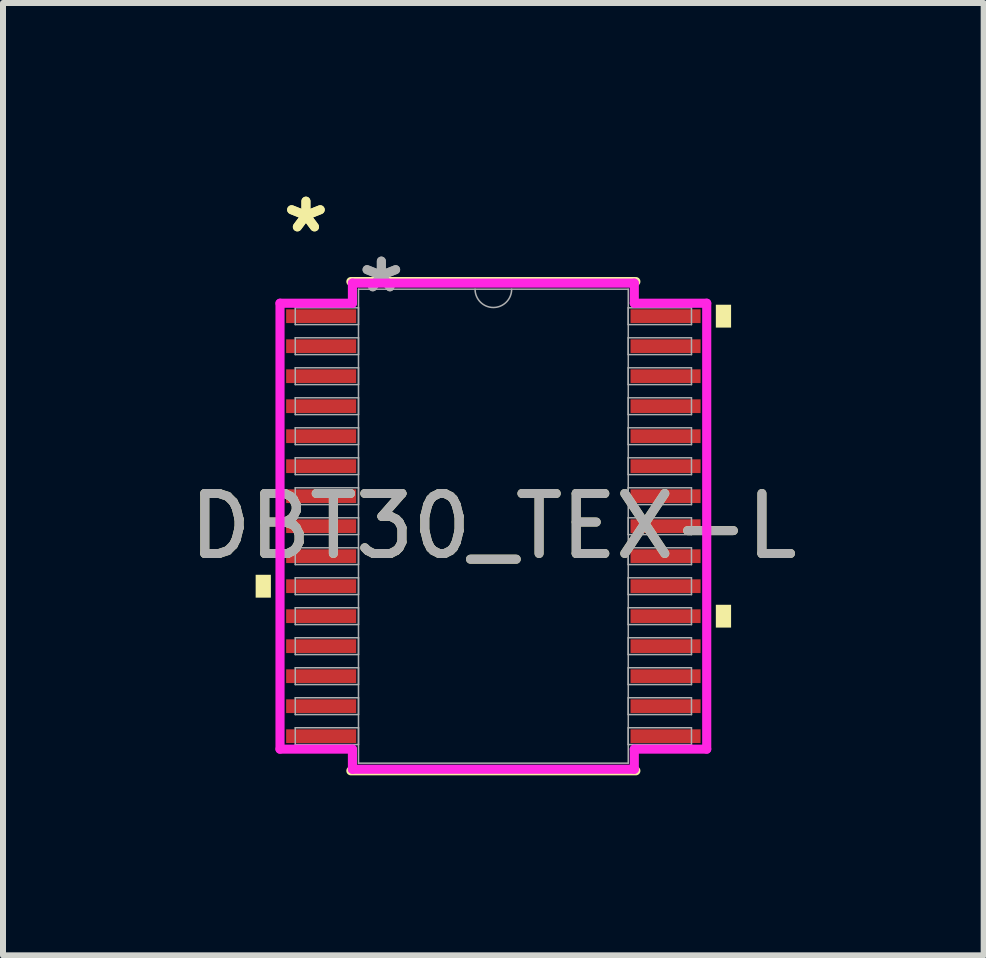
<source format=kicad_pcb>
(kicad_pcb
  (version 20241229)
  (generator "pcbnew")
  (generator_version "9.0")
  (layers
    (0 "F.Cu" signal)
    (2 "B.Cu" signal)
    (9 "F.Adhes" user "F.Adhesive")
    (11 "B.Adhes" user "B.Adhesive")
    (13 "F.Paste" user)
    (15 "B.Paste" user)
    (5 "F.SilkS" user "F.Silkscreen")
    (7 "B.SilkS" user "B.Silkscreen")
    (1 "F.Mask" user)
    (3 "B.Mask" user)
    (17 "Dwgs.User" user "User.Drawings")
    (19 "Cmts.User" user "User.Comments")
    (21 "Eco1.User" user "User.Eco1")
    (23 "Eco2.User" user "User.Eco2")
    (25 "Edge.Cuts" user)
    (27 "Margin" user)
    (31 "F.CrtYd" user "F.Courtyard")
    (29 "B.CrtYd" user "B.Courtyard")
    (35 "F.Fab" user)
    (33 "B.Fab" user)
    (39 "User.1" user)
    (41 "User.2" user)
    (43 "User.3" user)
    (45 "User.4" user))
  (footprint "DBT30_TEX-L"
    (layer "F.Cu")
    (at 5.173 5.72)
    (property "Reference" "DBT30_TEX-L" (at 0 0 0) (unlocked yes) (layer "F.SilkS") (effects (font (size 1 1) (thickness 0.15))))
    (attr smd)
    (fp_line (start -2.375 4.077) (end 2.375 4.077) (stroke (width 0.152) (type solid)) (layer "F.SilkS"))
    (fp_line (start 2.375 -4.077) (end -2.375 -4.077) (stroke (width 0.152) (type solid)) (layer "F.SilkS"))
    (fp_poly (pts (xy -3.962 0.81) (xy -3.962 1.191) (xy -3.708 1.191) (xy -3.708 0.81)) (stroke (width 0) (type solid)) (fill yes) (layer "F.SilkS"))
    (fp_poly (pts (xy 3.962 -3.691) (xy 3.962 -3.31) (xy 3.708 -3.31) (xy 3.708 -3.691)) (stroke (width 0) (type solid)) (fill yes) (layer "F.SilkS"))
    (fp_poly (pts (xy 3.962 1.31) (xy 3.962 1.69) (xy 3.708 1.69) (xy 3.708 1.31)) (stroke (width 0) (type solid)) (fill yes) (layer "F.SilkS"))
    (fp_line (start -3.556 -3.716) (end -2.349 -3.716) (stroke (width 0.152) (type solid)) (layer "F.CrtYd"))
    (fp_line (start -3.556 3.716) (end -3.556 -3.716) (stroke (width 0.152) (type solid)) (layer "F.CrtYd"))
    (fp_line (start -3.556 3.716) (end -2.349 3.716) (stroke (width 0.152) (type solid)) (layer "F.CrtYd"))
    (fp_line (start -2.349 -4.051) (end 2.349 -4.051) (stroke (width 0.152) (type solid)) (layer "F.CrtYd"))
    (fp_line (start -2.349 -3.716) (end -2.349 -4.051) (stroke (width 0.152) (type solid)) (layer "F.CrtYd"))
    (fp_line (start -2.349 4.051) (end -2.349 3.716) (stroke (width 0.152) (type solid)) (layer "F.CrtYd"))
    (fp_line (start 2.349 -4.051) (end 2.349 -3.716) (stroke (width 0.152) (type solid)) (layer "F.CrtYd"))
    (fp_line (start 2.349 3.716) (end 2.349 4.051) (stroke (width 0.152) (type solid)) (layer "F.CrtYd"))
    (fp_line (start 2.349 4.051) (end -2.349 4.051) (stroke (width 0.152) (type solid)) (layer "F.CrtYd"))
    (fp_line (start 3.556 -3.716) (end 2.349 -3.716) (stroke (width 0.152) (type solid)) (layer "F.CrtYd"))
    (fp_line (start 3.556 -3.716) (end 3.556 3.716) (stroke (width 0.152) (type solid)) (layer "F.CrtYd"))
    (fp_line (start 3.556 3.716) (end 2.349 3.716) (stroke (width 0.152) (type solid)) (layer "F.CrtYd"))
    (fp_line (start -3.302 -3.64) (end -3.302 -3.36) (stroke (width 0.025) (type solid)) (layer "F.Fab"))
    (fp_line (start -3.302 -3.36) (end -2.248 -3.36) (stroke (width 0.025) (type solid)) (layer "F.Fab"))
    (fp_line (start -3.302 -3.14) (end -3.302 -2.86) (stroke (width 0.025) (type solid)) (layer "F.Fab"))
    (fp_line (start -3.302 -2.86) (end -2.248 -2.86) (stroke (width 0.025) (type solid)) (layer "F.Fab"))
    (fp_line (start -3.302 -2.64) (end -3.302 -2.36) (stroke (width 0.025) (type solid)) (layer "F.Fab"))
    (fp_line (start -3.302 -2.36) (end -2.248 -2.36) (stroke (width 0.025) (type solid)) (layer "F.Fab"))
    (fp_line (start -3.302 -2.14) (end -3.302 -1.86) (stroke (width 0.025) (type solid)) (layer "F.Fab"))
    (fp_line (start -3.302 -1.86) (end -2.248 -1.86) (stroke (width 0.025) (type solid)) (layer "F.Fab"))
    (fp_line (start -3.302 -1.64) (end -3.302 -1.36) (stroke (width 0.025) (type solid)) (layer "F.Fab"))
    (fp_line (start -3.302 -1.36) (end -2.248 -1.36) (stroke (width 0.025) (type solid)) (layer "F.Fab"))
    (fp_line (start -3.302 -1.14) (end -3.302 -0.86) (stroke (width 0.025) (type solid)) (layer "F.Fab"))
    (fp_line (start -3.302 -0.86) (end -2.248 -0.86) (stroke (width 0.025) (type solid)) (layer "F.Fab"))
    (fp_line (start -3.302 -0.64) (end -3.302 -0.36) (stroke (width 0.025) (type solid)) (layer "F.Fab"))
    (fp_line (start -3.302 -0.36) (end -2.248 -0.36) (stroke (width 0.025) (type solid)) (layer "F.Fab"))
    (fp_line (start -3.302 -0.14) (end -3.302 0.14) (stroke (width 0.025) (type solid)) (layer "F.Fab"))
    (fp_line (start -3.302 0.14) (end -2.248 0.14) (stroke (width 0.025) (type solid)) (layer "F.Fab"))
    (fp_line (start -3.302 0.36) (end -3.302 0.64) (stroke (width 0.025) (type solid)) (layer "F.Fab"))
    (fp_line (start -3.302 0.64) (end -2.248 0.64) (stroke (width 0.025) (type solid)) (layer "F.Fab"))
    (fp_line (start -3.302 0.86) (end -3.302 1.14) (stroke (width 0.025) (type solid)) (layer "F.Fab"))
    (fp_line (start -3.302 1.14) (end -2.248 1.14) (stroke (width 0.025) (type solid)) (layer "F.Fab"))
    (fp_line (start -3.302 1.36) (end -3.302 1.64) (stroke (width 0.025) (type solid)) (layer "F.Fab"))
    (fp_line (start -3.302 1.64) (end -2.248 1.64) (stroke (width 0.025) (type solid)) (layer "F.Fab"))
    (fp_line (start -3.302 1.86) (end -3.302 2.14) (stroke (width 0.025) (type solid)) (layer "F.Fab"))
    (fp_line (start -3.302 2.14) (end -2.248 2.14) (stroke (width 0.025) (type solid)) (layer "F.Fab"))
    (fp_line (start -3.302 2.36) (end -3.302 2.64) (stroke (width 0.025) (type solid)) (layer "F.Fab"))
    (fp_line (start -3.302 2.64) (end -2.248 2.64) (stroke (width 0.025) (type solid)) (layer "F.Fab"))
    (fp_line (start -3.302 2.86) (end -3.302 3.14) (stroke (width 0.025) (type solid)) (layer "F.Fab"))
    (fp_line (start -3.302 3.14) (end -2.248 3.14) (stroke (width 0.025) (type solid)) (layer "F.Fab"))
    (fp_line (start -3.302 3.36) (end -3.302 3.64) (stroke (width 0.025) (type solid)) (layer "F.Fab"))
    (fp_line (start -3.302 3.64) (end -2.248 3.64) (stroke (width 0.025) (type solid)) (layer "F.Fab"))
    (fp_line (start -2.248 -3.95) (end -2.248 3.95) (stroke (width 0.025) (type solid)) (layer "F.Fab"))
    (fp_line (start -2.248 -3.64) (end -3.302 -3.64) (stroke (width 0.025) (type solid)) (layer "F.Fab"))
    (fp_line (start -2.248 -3.36) (end -2.248 -3.64) (stroke (width 0.025) (type solid)) (layer "F.Fab"))
    (fp_line (start -2.248 -3.14) (end -3.302 -3.14) (stroke (width 0.025) (type solid)) (layer "F.Fab"))
    (fp_line (start -2.248 -2.86) (end -2.248 -3.14) (stroke (width 0.025) (type solid)) (layer "F.Fab"))
    (fp_line (start -2.248 -2.64) (end -3.302 -2.64) (stroke (width 0.025) (type solid)) (layer "F.Fab"))
    (fp_line (start -2.248 -2.36) (end -2.248 -2.64) (stroke (width 0.025) (type solid)) (layer "F.Fab"))
    (fp_line (start -2.248 -2.14) (end -3.302 -2.14) (stroke (width 0.025) (type solid)) (layer "F.Fab"))
    (fp_line (start -2.248 -1.86) (end -2.248 -2.14) (stroke (width 0.025) (type solid)) (layer "F.Fab"))
    (fp_line (start -2.248 -1.64) (end -3.302 -1.64) (stroke (width 0.025) (type solid)) (layer "F.Fab"))
    (fp_line (start -2.248 -1.36) (end -2.248 -1.64) (stroke (width 0.025) (type solid)) (layer "F.Fab"))
    (fp_line (start -2.248 -1.14) (end -3.302 -1.14) (stroke (width 0.025) (type solid)) (layer "F.Fab"))
    (fp_line (start -2.248 -0.86) (end -2.248 -1.14) (stroke (width 0.025) (type solid)) (layer "F.Fab"))
    (fp_line (start -2.248 -0.64) (end -3.302 -0.64) (stroke (width 0.025) (type solid)) (layer "F.Fab"))
    (fp_line (start -2.248 -0.36) (end -2.248 -0.64) (stroke (width 0.025) (type solid)) (layer "F.Fab"))
    (fp_line (start -2.248 -0.14) (end -3.302 -0.14) (stroke (width 0.025) (type solid)) (layer "F.Fab"))
    (fp_line (start -2.248 0.14) (end -2.248 -0.14) (stroke (width 0.025) (type solid)) (layer "F.Fab"))
    (fp_line (start -2.248 0.36) (end -3.302 0.36) (stroke (width 0.025) (type solid)) (layer "F.Fab"))
    (fp_line (start -2.248 0.64) (end -2.248 0.36) (stroke (width 0.025) (type solid)) (layer "F.Fab"))
    (fp_line (start -2.248 0.86) (end -3.302 0.86) (stroke (width 0.025) (type solid)) (layer "F.Fab"))
    (fp_line (start -2.248 1.14) (end -2.248 0.86) (stroke (width 0.025) (type solid)) (layer "F.Fab"))
    (fp_line (start -2.248 1.36) (end -3.302 1.36) (stroke (width 0.025) (type solid)) (layer "F.Fab"))
    (fp_line (start -2.248 1.64) (end -2.248 1.36) (stroke (width 0.025) (type solid)) (layer "F.Fab"))
    (fp_line (start -2.248 1.86) (end -3.302 1.86) (stroke (width 0.025) (type solid)) (layer "F.Fab"))
    (fp_line (start -2.248 2.14) (end -2.248 1.86) (stroke (width 0.025) (type solid)) (layer "F.Fab"))
    (fp_line (start -2.248 2.36) (end -3.302 2.36) (stroke (width 0.025) (type solid)) (layer "F.Fab"))
    (fp_line (start -2.248 2.64) (end -2.248 2.36) (stroke (width 0.025) (type solid)) (layer "F.Fab"))
    (fp_line (start -2.248 2.86) (end -3.302 2.86) (stroke (width 0.025) (type solid)) (layer "F.Fab"))
    (fp_line (start -2.248 3.14) (end -2.248 2.86) (stroke (width 0.025) (type solid)) (layer "F.Fab"))
    (fp_line (start -2.248 3.36) (end -3.302 3.36) (stroke (width 0.025) (type solid)) (layer "F.Fab"))
    (fp_line (start -2.248 3.64) (end -2.248 3.36) (stroke (width 0.025) (type solid)) (layer "F.Fab"))
    (fp_line (start -2.248 3.95) (end 2.248 3.95) (stroke (width 0.025) (type solid)) (layer "F.Fab"))
    (fp_line (start 2.248 -3.95) (end -2.248 -3.95) (stroke (width 0.025) (type solid)) (layer "F.Fab"))
    (fp_line (start 2.248 -3.64) (end 2.248 -3.36) (stroke (width 0.025) (type solid)) (layer "F.Fab"))
    (fp_line (start 2.248 -3.36) (end 3.302 -3.36) (stroke (width 0.025) (type solid)) (layer "F.Fab"))
    (fp_line (start 2.248 -3.14) (end 2.248 -2.86) (stroke (width 0.025) (type solid)) (layer "F.Fab"))
    (fp_line (start 2.248 -2.86) (end 3.302 -2.86) (stroke (width 0.025) (type solid)) (layer "F.Fab"))
    (fp_line (start 2.248 -2.64) (end 2.248 -2.36) (stroke (width 0.025) (type solid)) (layer "F.Fab"))
    (fp_line (start 2.248 -2.36) (end 3.302 -2.36) (stroke (width 0.025) (type solid)) (layer "F.Fab"))
    (fp_line (start 2.248 -2.14) (end 2.248 -1.86) (stroke (width 0.025) (type solid)) (layer "F.Fab"))
    (fp_line (start 2.248 -1.86) (end 3.302 -1.86) (stroke (width 0.025) (type solid)) (layer "F.Fab"))
    (fp_line (start 2.248 -1.64) (end 2.248 -1.36) (stroke (width 0.025) (type solid)) (layer "F.Fab"))
    (fp_line (start 2.248 -1.36) (end 3.302 -1.36) (stroke (width 0.025) (type solid)) (layer "F.Fab"))
    (fp_line (start 2.248 -1.14) (end 2.248 -0.86) (stroke (width 0.025) (type solid)) (layer "F.Fab"))
    (fp_line (start 2.248 -0.86) (end 3.302 -0.86) (stroke (width 0.025) (type solid)) (layer "F.Fab"))
    (fp_line (start 2.248 -0.64) (end 2.248 -0.36) (stroke (width 0.025) (type solid)) (layer "F.Fab"))
    (fp_line (start 2.248 -0.36) (end 3.302 -0.36) (stroke (width 0.025) (type solid)) (layer "F.Fab"))
    (fp_line (start 2.248 -0.14) (end 2.248 0.14) (stroke (width 0.025) (type solid)) (layer "F.Fab"))
    (fp_line (start 2.248 0.14) (end 3.302 0.14) (stroke (width 0.025) (type solid)) (layer "F.Fab"))
    (fp_line (start 2.248 0.36) (end 2.248 0.64) (stroke (width 0.025) (type solid)) (layer "F.Fab"))
    (fp_line (start 2.248 0.64) (end 3.302 0.64) (stroke (width 0.025) (type solid)) (layer "F.Fab"))
    (fp_line (start 2.248 0.86) (end 2.248 1.14) (stroke (width 0.025) (type solid)) (layer "F.Fab"))
    (fp_line (start 2.248 1.14) (end 3.302 1.14) (stroke (width 0.025) (type solid)) (layer "F.Fab"))
    (fp_line (start 2.248 1.36) (end 2.248 1.64) (stroke (width 0.025) (type solid)) (layer "F.Fab"))
    (fp_line (start 2.248 1.64) (end 3.302 1.64) (stroke (width 0.025) (type solid)) (layer "F.Fab"))
    (fp_line (start 2.248 1.86) (end 2.248 2.14) (stroke (width 0.025) (type solid)) (layer "F.Fab"))
    (fp_line (start 2.248 2.14) (end 3.302 2.14) (stroke (width 0.025) (type solid)) (layer "F.Fab"))
    (fp_line (start 2.248 2.36) (end 2.248 2.64) (stroke (width 0.025) (type solid)) (layer "F.Fab"))
    (fp_line (start 2.248 2.64) (end 3.302 2.64) (stroke (width 0.025) (type solid)) (layer "F.Fab"))
    (fp_line (start 2.248 2.86) (end 2.248 3.14) (stroke (width 0.025) (type solid)) (layer "F.Fab"))
    (fp_line (start 2.248 3.14) (end 3.302 3.14) (stroke (width 0.025) (type solid)) (layer "F.Fab"))
    (fp_line (start 2.248 3.36) (end 2.248 3.64) (stroke (width 0.025) (type solid)) (layer "F.Fab"))
    (fp_line (start 2.248 3.64) (end 3.302 3.64) (stroke (width 0.025) (type solid)) (layer "F.Fab"))
    (fp_line (start 2.248 3.95) (end 2.248 -3.95) (stroke (width 0.025) (type solid)) (layer "F.Fab"))
    (fp_line (start 3.302 -3.64) (end 2.248 -3.64) (stroke (width 0.025) (type solid)) (layer "F.Fab"))
    (fp_line (start 3.302 -3.36) (end 3.302 -3.64) (stroke (width 0.025) (type solid)) (layer "F.Fab"))
    (fp_line (start 3.302 -3.14) (end 2.248 -3.14) (stroke (width 0.025) (type solid)) (layer "F.Fab"))
    (fp_line (start 3.302 -2.86) (end 3.302 -3.14) (stroke (width 0.025) (type solid)) (layer "F.Fab"))
    (fp_line (start 3.302 -2.64) (end 2.248 -2.64) (stroke (width 0.025) (type solid)) (layer "F.Fab"))
    (fp_line (start 3.302 -2.36) (end 3.302 -2.64) (stroke (width 0.025) (type solid)) (layer "F.Fab"))
    (fp_line (start 3.302 -2.14) (end 2.248 -2.14) (stroke (width 0.025) (type solid)) (layer "F.Fab"))
    (fp_line (start 3.302 -1.86) (end 3.302 -2.14) (stroke (width 0.025) (type solid)) (layer "F.Fab"))
    (fp_line (start 3.302 -1.64) (end 2.248 -1.64) (stroke (width 0.025) (type solid)) (layer "F.Fab"))
    (fp_line (start 3.302 -1.36) (end 3.302 -1.64) (stroke (width 0.025) (type solid)) (layer "F.Fab"))
    (fp_line (start 3.302 -1.14) (end 2.248 -1.14) (stroke (width 0.025) (type solid)) (layer "F.Fab"))
    (fp_line (start 3.302 -0.86) (end 3.302 -1.14) (stroke (width 0.025) (type solid)) (layer "F.Fab"))
    (fp_line (start 3.302 -0.64) (end 2.248 -0.64) (stroke (width 0.025) (type solid)) (layer "F.Fab"))
    (fp_line (start 3.302 -0.36) (end 3.302 -0.64) (stroke (width 0.025) (type solid)) (layer "F.Fab"))
    (fp_line (start 3.302 -0.14) (end 2.248 -0.14) (stroke (width 0.025) (type solid)) (layer "F.Fab"))
    (fp_line (start 3.302 0.14) (end 3.302 -0.14) (stroke (width 0.025) (type solid)) (layer "F.Fab"))
    (fp_line (start 3.302 0.36) (end 2.248 0.36) (stroke (width 0.025) (type solid)) (layer "F.Fab"))
    (fp_line (start 3.302 0.64) (end 3.302 0.36) (stroke (width 0.025) (type solid)) (layer "F.Fab"))
    (fp_line (start 3.302 0.86) (end 2.248 0.86) (stroke (width 0.025) (type solid)) (layer "F.Fab"))
    (fp_line (start 3.302 1.14) (end 3.302 0.86) (stroke (width 0.025) (type solid)) (layer "F.Fab"))
    (fp_line (start 3.302 1.36) (end 2.248 1.36) (stroke (width 0.025) (type solid)) (layer "F.Fab"))
    (fp_line (start 3.302 1.64) (end 3.302 1.36) (stroke (width 0.025) (type solid)) (layer "F.Fab"))
    (fp_line (start 3.302 1.86) (end 2.248 1.86) (stroke (width 0.025) (type solid)) (layer "F.Fab"))
    (fp_line (start 3.302 2.14) (end 3.302 1.86) (stroke (width 0.025) (type solid)) (layer "F.Fab"))
    (fp_line (start 3.302 2.36) (end 2.248 2.36) (stroke (width 0.025) (type solid)) (layer "F.Fab"))
    (fp_line (start 3.302 2.64) (end 3.302 2.36) (stroke (width 0.025) (type solid)) (layer "F.Fab"))
    (fp_line (start 3.302 2.86) (end 2.248 2.86) (stroke (width 0.025) (type solid)) (layer "F.Fab"))
    (fp_line (start 3.302 3.14) (end 3.302 2.86) (stroke (width 0.025) (type solid)) (layer "F.Fab"))
    (fp_line (start 3.302 3.36) (end 2.248 3.36) (stroke (width 0.025) (type solid)) (layer "F.Fab"))
    (fp_line (start 3.302 3.64) (end 3.302 3.36) (stroke (width 0.025) (type solid)) (layer "F.Fab"))
    (fp_arc (start 0.3048 -3.9497) (mid 0 -3.6449) (end -0.3048 -3.9497) (stroke (width 0.0254) (type solid)) (layer "F.Fab"))
    (fp_text user "*" (at -3.124 -4.872 0) (layer "F.SilkS") (effects (font (size 1 1) (thickness 0.15))))
    (fp_text user "*" (at -3.124 -4.872 0) (unlocked yes) (layer "F.SilkS") (effects (font (size 1 1) (thickness 0.15))))
    (fp_text user "*" (at -1.867 -3.873 0) (unlocked yes) (layer "F.Fab") (effects (font (size 1 1) (thickness 0.15))))
    (fp_text user "${REFERENCE}" (at 0 0 0) (unlocked yes) (layer "F.Fab") (effects (font (size 1 1) (thickness 0.15))))
    (fp_text user "*" (at -1.867 -3.873 0) (layer "F.Fab") (effects (font (size 1 1) (thickness 0.15))))
    (pad "1" smd rect (at -2.87 -3.5) (size 1.168 0.229) (layers "F.Cu" "F.Mask" "F.Paste"))
    (pad "2" smd rect (at -2.87 -3) (size 1.168 0.229) (layers "F.Cu" "F.Mask" "F.Paste"))
    (pad "3" smd rect (at -2.87 -2.5) (size 1.168 0.229) (layers "F.Cu" "F.Mask" "F.Paste"))
    (pad "4" smd rect (at -2.87 -2) (size 1.168 0.229) (layers "F.Cu" "F.Mask" "F.Paste"))
    (pad "5" smd rect (at -2.87 -1.5) (size 1.168 0.229) (layers "F.Cu" "F.Mask" "F.Paste"))
    (pad "6" smd rect (at -2.87 -1) (size 1.168 0.229) (layers "F.Cu" "F.Mask" "F.Paste"))
    (pad "7" smd rect (at -2.87 -0.5) (size 1.168 0.229) (layers "F.Cu" "F.Mask" "F.Paste"))
    (pad "8" smd rect (at -2.87 0) (size 1.168 0.229) (layers "F.Cu" "F.Mask" "F.Paste"))
    (pad "9" smd rect (at -2.87 0.5) (size 1.168 0.229) (layers "F.Cu" "F.Mask" "F.Paste"))
    (pad "10" smd rect (at -2.87 1) (size 1.168 0.229) (layers "F.Cu" "F.Mask" "F.Paste"))
    (pad "11" smd rect (at -2.87 1.5) (size 1.168 0.229) (layers "F.Cu" "F.Mask" "F.Paste"))
    (pad "12" smd rect (at -2.87 2) (size 1.168 0.229) (layers "F.Cu" "F.Mask" "F.Paste"))
    (pad "13" smd rect (at -2.87 2.5) (size 1.168 0.229) (layers "F.Cu" "F.Mask" "F.Paste"))
    (pad "14" smd rect (at -2.87 3) (size 1.168 0.229) (layers "F.Cu" "F.Mask" "F.Paste"))
    (pad "15" smd rect (at -2.87 3.5) (size 1.168 0.229) (layers "F.Cu" "F.Mask" "F.Paste"))
    (pad "16" smd rect (at 2.87 3.5) (size 1.168 0.229) (layers "F.Cu" "F.Mask" "F.Paste"))
    (pad "17" smd rect (at 2.87 3) (size 1.168 0.229) (layers "F.Cu" "F.Mask" "F.Paste"))
    (pad "18" smd rect (at 2.87 2.5) (size 1.168 0.229) (layers "F.Cu" "F.Mask" "F.Paste"))
    (pad "19" smd rect (at 2.87 2) (size 1.168 0.229) (layers "F.Cu" "F.Mask" "F.Paste"))
    (pad "20" smd rect (at 2.87 1.5) (size 1.168 0.229) (layers "F.Cu" "F.Mask" "F.Paste"))
    (pad "21" smd rect (at 2.87 1) (size 1.168 0.229) (layers "F.Cu" "F.Mask" "F.Paste"))
    (pad "22" smd rect (at 2.87 0.5) (size 1.168 0.229) (layers "F.Cu" "F.Mask" "F.Paste"))
    (pad "23" smd rect (at 2.87 0) (size 1.168 0.229) (layers "F.Cu" "F.Mask" "F.Paste"))
    (pad "24" smd rect (at 2.87 -0.5) (size 1.168 0.229) (layers "F.Cu" "F.Mask" "F.Paste"))
    (pad "25" smd rect (at 2.87 -1) (size 1.168 0.229) (layers "F.Cu" "F.Mask" "F.Paste"))
    (pad "26" smd rect (at 2.87 -1.5) (size 1.168 0.229) (layers "F.Cu" "F.Mask" "F.Paste"))
    (pad "27" smd rect (at 2.87 -2) (size 1.168 0.229) (layers "F.Cu" "F.Mask" "F.Paste"))
    (pad "28" smd rect (at 2.87 -2.5) (size 1.168 0.229) (layers "F.Cu" "F.Mask" "F.Paste"))
    (pad "29" smd rect (at 2.87 -3) (size 1.168 0.229) (layers "F.Cu" "F.Mask" "F.Paste"))
    (pad "30" smd rect (at 2.87 -3.5) (size 1.168 0.229) (layers "F.Cu" "F.Mask" "F.Paste")))
  (gr_rect
    (start -3 -3)
    (end 13.345 12.873)
    (stroke (width 0.1) (type default))
    (fill no)
    (layer "Edge.Cuts")))
</source>
